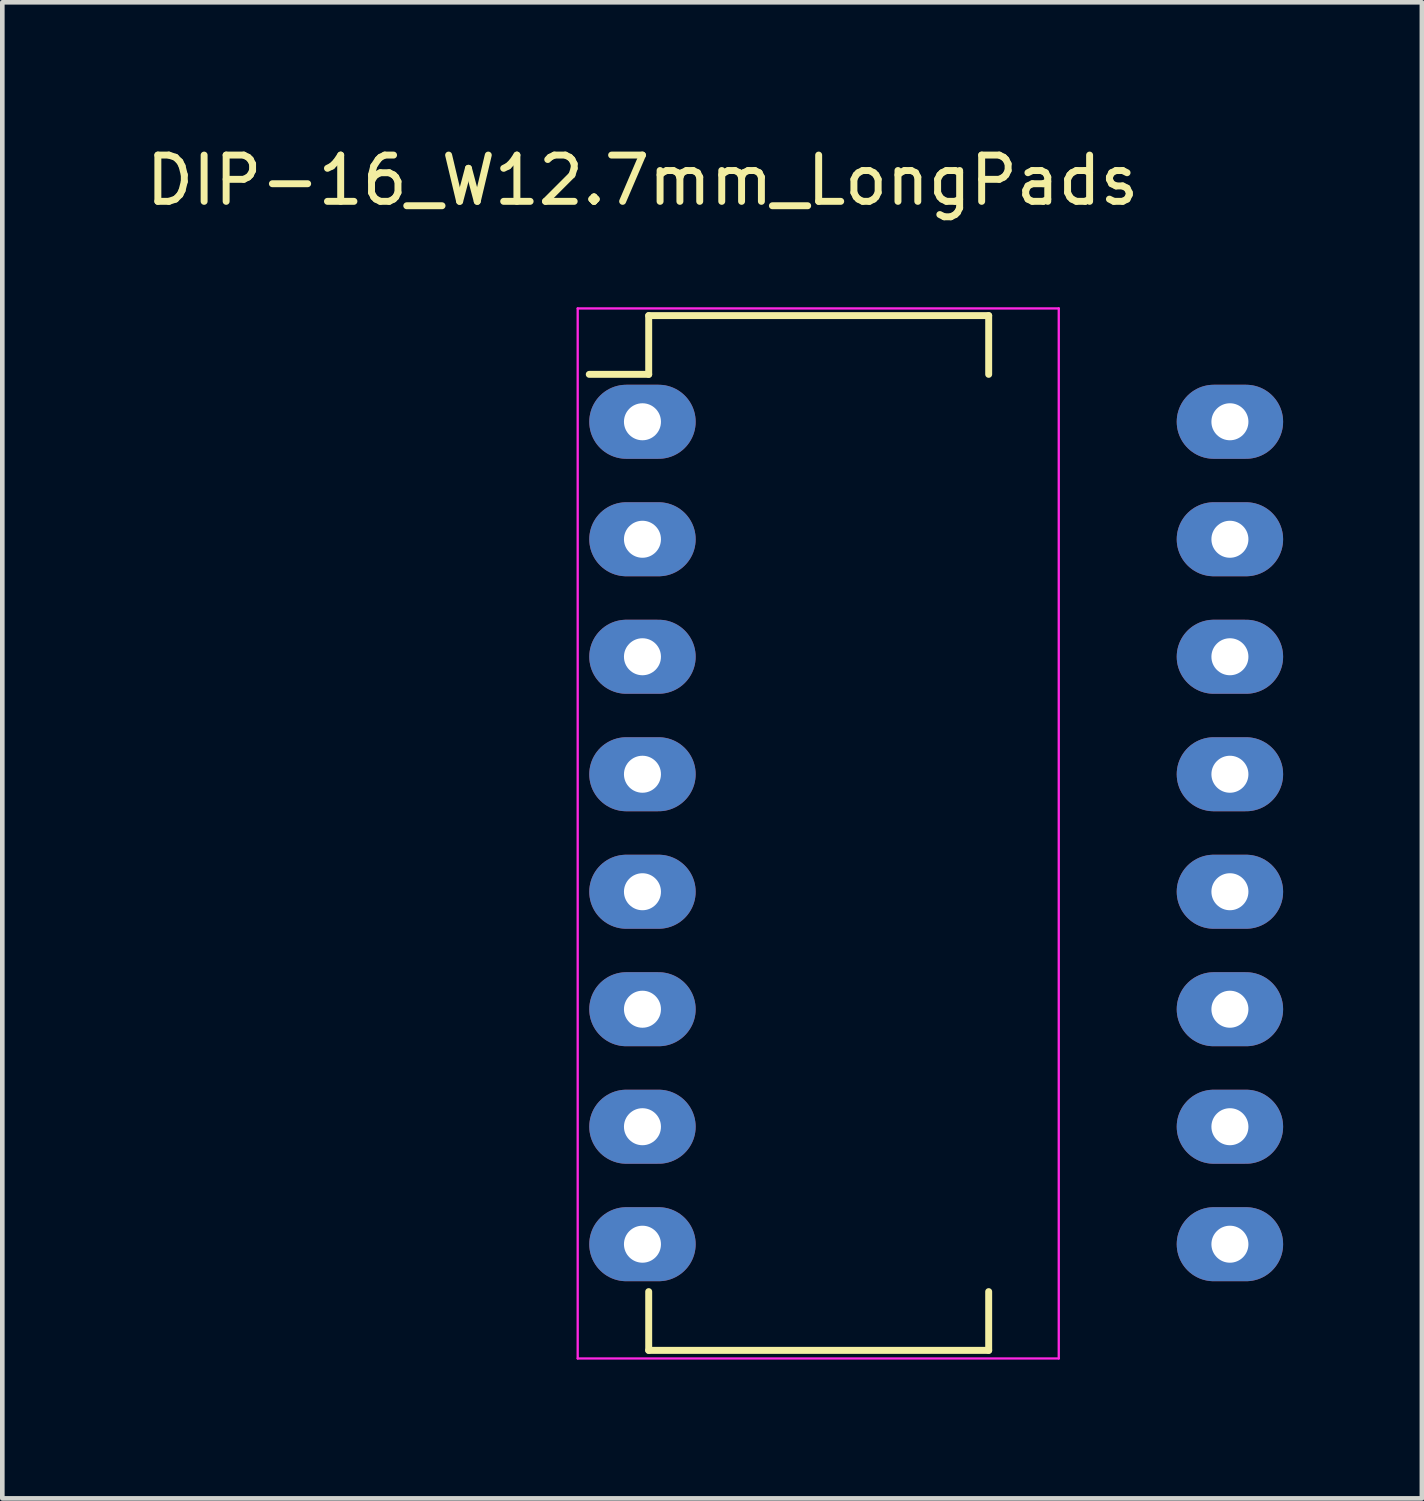
<source format=kicad_pcb>
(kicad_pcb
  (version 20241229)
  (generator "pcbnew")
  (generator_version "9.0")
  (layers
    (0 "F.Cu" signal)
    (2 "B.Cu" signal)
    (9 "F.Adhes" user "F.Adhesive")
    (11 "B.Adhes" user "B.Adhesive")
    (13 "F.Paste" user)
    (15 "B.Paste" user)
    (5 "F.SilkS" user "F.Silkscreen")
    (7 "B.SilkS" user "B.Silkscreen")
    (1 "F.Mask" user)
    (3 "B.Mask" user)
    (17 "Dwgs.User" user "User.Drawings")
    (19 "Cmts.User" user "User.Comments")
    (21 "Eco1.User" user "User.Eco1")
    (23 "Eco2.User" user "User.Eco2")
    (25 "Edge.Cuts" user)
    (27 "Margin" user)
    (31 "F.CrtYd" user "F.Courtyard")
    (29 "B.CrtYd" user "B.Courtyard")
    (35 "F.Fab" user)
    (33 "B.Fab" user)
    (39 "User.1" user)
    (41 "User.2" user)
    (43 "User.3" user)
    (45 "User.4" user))
  (footprint "DIP-16_W12.7mm_LongPads"
    (layer "F.Cu")
    (at 10.839 6.068)
    (property "Reference" "DIP-16_W12.7mm_LongPads" (at 0 -5.22 0) (layer "F.SilkS") (effects (font (size 1 1) (thickness 0.15))))
    (attr through_hole)
    (fp_line (start 0.135 -2.295) (end 0.135 -1.025) (stroke (width 0.15) (type solid)) (layer "F.SilkS"))
    (fp_line (start 0.135 -2.295) (end 7.485 -2.295) (stroke (width 0.15) (type solid)) (layer "F.SilkS"))
    (fp_line (start 0.135 -1.025) (end -1.15 -1.025) (stroke (width 0.15) (type solid)) (layer "F.SilkS"))
    (fp_line (start 0.135 20.075) (end 0.135 18.805) (stroke (width 0.15) (type solid)) (layer "F.SilkS"))
    (fp_line (start 0.135 20.075) (end 7.485 20.075) (stroke (width 0.15) (type solid)) (layer "F.SilkS"))
    (fp_line (start 7.485 -2.295) (end 7.485 -1.025) (stroke (width 0.15) (type solid)) (layer "F.SilkS"))
    (fp_line (start 7.485 20.075) (end 7.485 18.805) (stroke (width 0.15) (type solid)) (layer "F.SilkS"))
    (fp_line (start -1.4 -2.45) (end -1.4 20.25) (stroke (width 0.05) (type solid)) (layer "F.CrtYd"))
    (fp_line (start -1.4 -2.45) (end 9 -2.45) (stroke (width 0.05) (type solid)) (layer "F.CrtYd"))
    (fp_line (start -1.4 20.25) (end 9 20.25) (stroke (width 0.05) (type solid)) (layer "F.CrtYd"))
    (fp_line (start 9 -2.45) (end 9 20.25) (stroke (width 0.05) (type solid)) (layer "F.CrtYd"))
    (pad "1" thru_hole oval (at 0 0) (size 2.3 1.6) (drill 0.8) (layers "*.Cu" "*.Mask"))
    (pad "2" thru_hole oval (at 0 2.54) (size 2.3 1.6) (drill 0.8) (layers "*.Cu" "*.Mask"))
    (pad "3" thru_hole oval (at 0 5.08) (size 2.3 1.6) (drill 0.8) (layers "*.Cu" "*.Mask"))
    (pad "4" thru_hole oval (at 0 7.62) (size 2.3 1.6) (drill 0.8) (layers "*.Cu" "*.Mask"))
    (pad "5" thru_hole oval (at 0 10.16) (size 2.3 1.6) (drill 0.8) (layers "*.Cu" "*.Mask"))
    (pad "6" thru_hole oval (at 0 12.7) (size 2.3 1.6) (drill 0.8) (layers "*.Cu" "*.Mask"))
    (pad "7" thru_hole oval (at 0 15.24) (size 2.3 1.6) (drill 0.8) (layers "*.Cu" "*.Mask"))
    (pad "8" thru_hole oval (at 0 17.78) (size 2.3 1.6) (drill 0.8) (layers "*.Cu" "*.Mask"))
    (pad "9" thru_hole oval (at 12.7 17.78) (size 2.3 1.6) (drill 0.8) (layers "*.Cu" "*.Mask"))
    (pad "10" thru_hole oval (at 12.7 15.24) (size 2.3 1.6) (drill 0.8) (layers "*.Cu" "*.Mask"))
    (pad "11" thru_hole oval (at 12.7 12.7) (size 2.3 1.6) (drill 0.8) (layers "*.Cu" "*.Mask"))
    (pad "12" thru_hole oval (at 12.7 10.16) (size 2.3 1.6) (drill 0.8) (layers "*.Cu" "*.Mask"))
    (pad "13" thru_hole oval (at 12.7 7.62) (size 2.3 1.6) (drill 0.8) (layers "*.Cu" "*.Mask"))
    (pad "14" thru_hole oval (at 12.7 5.08) (size 2.3 1.6) (drill 0.8) (layers "*.Cu" "*.Mask"))
    (pad "15" thru_hole oval (at 12.7 2.54) (size 2.3 1.6) (drill 0.8) (layers "*.Cu" "*.Mask"))
    (pad "16" thru_hole oval (at 12.7 0) (size 2.3 1.6) (drill 0.8) (layers "*.Cu" "*.Mask")))
  (gr_rect
    (start -3 -3)
    (end 27.689 29.343)
    (stroke (width 0.1) (type default))
    (fill no)
    (layer "Edge.Cuts")))
</source>
